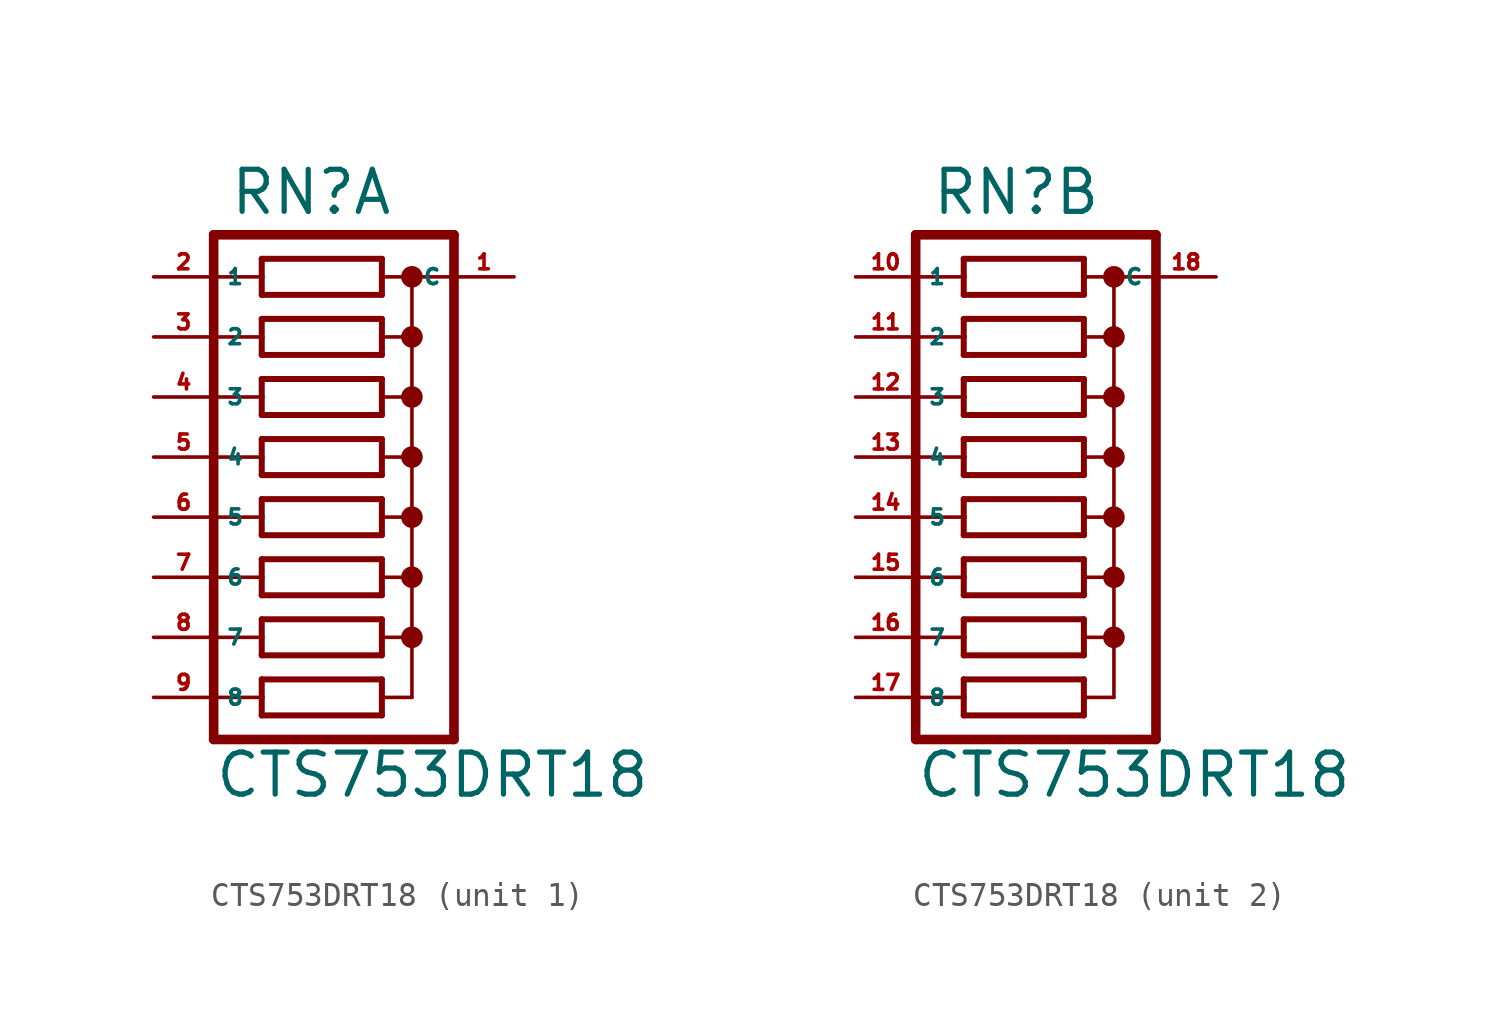
<source format=kicad_sym>
(kicad_symbol_lib
  (version 20220914)
  (generator Eagle2Kicad)
  (symbol "CTS753DRT18"
    (property "Reference" "RN"
      (at -4.445 12.7 0)
      (effects (font (size 1.778 1.778) (thickness 0.22)) (justify left bottom)))
    (property "Value" "CTS753DRT18"
      (at -5.08 -11.938 0)
      (effects (font (size 1.778 1.778) (thickness 0.22)) (justify left bottom)))
    (symbol "CTS753DRT18_1_0"
      (polyline (pts (xy -3.048 9.398) (xy 2.032 9.398)) (stroke (width 0.254) (type default)) (fill (type none)))
      (polyline (pts (xy 2.032 10.922) (xy -3.048 10.922)) (stroke (width 0.254) (type default)) (fill (type none)))
      (polyline (pts (xy 2.032 9.398) (xy 2.032 10.16)) (stroke (width 0.254) (type default)) (fill (type none)))
      (polyline (pts (xy -3.048 10.922) (xy -3.048 10.16)) (stroke (width 0.254) (type default)) (fill (type none)))
      (polyline (pts (xy -3.048 10.16) (xy -5.08 10.16)) (stroke (width 0.152) (type default)) (fill (type none)))
      (polyline (pts (xy -3.048 10.16) (xy -3.048 9.398)) (stroke (width 0.254) (type default)) (fill (type none)))
      (polyline (pts (xy 3.302 10.16) (xy 2.032 10.16)) (stroke (width 0.152) (type default)) (fill (type none)))
      (polyline (pts (xy 2.032 10.16) (xy 2.032 10.922)) (stroke (width 0.254) (type default)) (fill (type none)))
      (polyline (pts (xy 3.302 10.16) (xy 3.302 7.62)) (stroke (width 0.152) (type default)) (fill (type none)))
      (polyline (pts (xy 3.302 7.62) (xy 2.032 7.62)) (stroke (width 0.152) (type default)) (fill (type none)))
      (polyline (pts (xy 3.302 7.62) (xy 3.302 5.08)) (stroke (width 0.152) (type default)) (fill (type none)))
      (polyline (pts (xy 3.302 5.08) (xy 2.032 5.08)) (stroke (width 0.152) (type default)) (fill (type none)))
      (polyline (pts (xy 3.302 5.08) (xy 3.302 2.54)) (stroke (width 0.152) (type default)) (fill (type none)))
      (polyline (pts (xy 3.302 2.54) (xy 2.032 2.54)) (stroke (width 0.152) (type default)) (fill (type none)))
      (polyline (pts (xy 3.302 2.54) (xy 3.302 0)) (stroke (width 0.152) (type default)) (fill (type none)))
      (polyline (pts (xy 3.302 0) (xy 2.032 0)) (stroke (width 0.152) (type default)) (fill (type none)))
      (polyline (pts (xy -5.08 0) (xy -3.048 0)) (stroke (width 0.152) (type default)) (fill (type none)))
      (polyline (pts (xy -5.08 2.54) (xy -3.048 2.54)) (stroke (width 0.152) (type default)) (fill (type none)))
      (polyline (pts (xy -5.08 5.08) (xy -3.048 5.08)) (stroke (width 0.152) (type default)) (fill (type none)))
      (polyline (pts (xy -5.08 7.62) (xy -3.048 7.62)) (stroke (width 0.152) (type default)) (fill (type none)))
      (polyline (pts (xy -3.048 7.62) (xy -3.048 6.858)) (stroke (width 0.254) (type default)) (fill (type none)))
      (polyline (pts (xy -3.048 8.382) (xy -3.048 7.62)) (stroke (width 0.254) (type default)) (fill (type none)))
      (polyline (pts (xy 2.032 6.858) (xy 2.032 7.62)) (stroke (width 0.254) (type default)) (fill (type none)))
      (polyline (pts (xy 2.032 7.62) (xy 2.032 8.382)) (stroke (width 0.254) (type default)) (fill (type none)))
      (polyline (pts (xy -3.048 6.858) (xy 2.032 6.858)) (stroke (width 0.254) (type default)) (fill (type none)))
      (polyline (pts (xy 2.032 8.382) (xy -3.048 8.382)) (stroke (width 0.254) (type default)) (fill (type none)))
      (polyline (pts (xy -3.048 4.318) (xy 2.032 4.318)) (stroke (width 0.254) (type default)) (fill (type none)))
      (polyline (pts (xy -3.048 1.778) (xy 2.032 1.778)) (stroke (width 0.254) (type default)) (fill (type none)))
      (polyline (pts (xy -3.048 -0.762) (xy 2.032 -0.762)) (stroke (width 0.254) (type default)) (fill (type none)))
      (polyline (pts (xy 2.032 5.842) (xy -3.048 5.842)) (stroke (width 0.254) (type default)) (fill (type none)))
      (polyline (pts (xy 2.032 3.302) (xy -3.048 3.302)) (stroke (width 0.254) (type default)) (fill (type none)))
      (polyline (pts (xy 2.032 0.762) (xy -3.048 0.762)) (stroke (width 0.254) (type default)) (fill (type none)))
      (polyline (pts (xy 2.032 4.318) (xy 2.032 5.08)) (stroke (width 0.254) (type default)) (fill (type none)))
      (polyline (pts (xy 2.032 1.778) (xy 2.032 2.54)) (stroke (width 0.254) (type default)) (fill (type none)))
      (polyline (pts (xy 2.032 -0.762) (xy 2.032 0)) (stroke (width 0.254) (type default)) (fill (type none)))
      (polyline (pts (xy 2.032 5.08) (xy 2.032 5.842)) (stroke (width 0.254) (type default)) (fill (type none)))
      (polyline (pts (xy 2.032 2.54) (xy 2.032 3.302)) (stroke (width 0.254) (type default)) (fill (type none)))
      (polyline (pts (xy 2.032 0) (xy 2.032 0.762)) (stroke (width 0.254) (type default)) (fill (type none)))
      (polyline (pts (xy -3.048 5.08) (xy -3.048 4.318)) (stroke (width 0.254) (type default)) (fill (type none)))
      (polyline (pts (xy -3.048 2.54) (xy -3.048 1.778)) (stroke (width 0.254) (type default)) (fill (type none)))
      (polyline (pts (xy -3.048 0) (xy -3.048 -0.762)) (stroke (width 0.254) (type default)) (fill (type none)))
      (polyline (pts (xy -3.048 5.842) (xy -3.048 5.08)) (stroke (width 0.254) (type default)) (fill (type none)))
      (polyline (pts (xy -3.048 3.302) (xy -3.048 2.54)) (stroke (width 0.254) (type default)) (fill (type none)))
      (polyline (pts (xy -3.048 0.762) (xy -3.048 0)) (stroke (width 0.254) (type default)) (fill (type none)))
      (polyline (pts (xy 5.08 11.938) (xy -5.08 11.938)) (stroke (width 0.406) (type default)) (fill (type none)))
      (polyline (pts (xy -3.048 -3.302) (xy 2.032 -3.302)) (stroke (width 0.254) (type default)) (fill (type none)))
      (polyline (pts (xy 2.032 -1.778) (xy -3.048 -1.778)) (stroke (width 0.254) (type default)) (fill (type none)))
      (polyline (pts (xy 2.032 -3.302) (xy 2.032 -2.54)) (stroke (width 0.254) (type default)) (fill (type none)))
      (polyline (pts (xy -3.048 -1.778) (xy -3.048 -2.54)) (stroke (width 0.254) (type default)) (fill (type none)))
      (polyline (pts (xy -3.048 -2.54) (xy -5.08 -2.54)) (stroke (width 0.152) (type default)) (fill (type none)))
      (polyline (pts (xy -3.048 -2.54) (xy -3.048 -3.302)) (stroke (width 0.254) (type default)) (fill (type none)))
      (polyline (pts (xy 3.302 -2.54) (xy 2.032 -2.54)) (stroke (width 0.152) (type default)) (fill (type none)))
      (polyline (pts (xy 2.032 -2.54) (xy 2.032 -1.778)) (stroke (width 0.254) (type default)) (fill (type none)))
      (polyline (pts (xy 3.302 -2.54) (xy 3.302 -5.08)) (stroke (width 0.152) (type default)) (fill (type none)))
      (polyline (pts (xy 3.302 -5.08) (xy 2.032 -5.08)) (stroke (width 0.152) (type default)) (fill (type none)))
      (polyline (pts (xy 3.302 -5.08) (xy 3.302 -7.62)) (stroke (width 0.152) (type default)) (fill (type none)))
      (polyline (pts (xy 3.302 -7.62) (xy 2.032 -7.62)) (stroke (width 0.152) (type default)) (fill (type none)))
      (polyline (pts (xy -5.08 -7.62) (xy -3.048 -7.62)) (stroke (width 0.152) (type default)) (fill (type none)))
      (polyline (pts (xy -5.08 -5.08) (xy -3.048 -5.08)) (stroke (width 0.152) (type default)) (fill (type none)))
      (polyline (pts (xy -3.048 -5.08) (xy -3.048 -5.842)) (stroke (width 0.254) (type default)) (fill (type none)))
      (polyline (pts (xy -3.048 -4.318) (xy -3.048 -5.08)) (stroke (width 0.254) (type default)) (fill (type none)))
      (polyline (pts (xy 2.032 -5.842) (xy 2.032 -5.08)) (stroke (width 0.254) (type default)) (fill (type none)))
      (polyline (pts (xy 2.032 -5.08) (xy 2.032 -4.318)) (stroke (width 0.254) (type default)) (fill (type none)))
      (polyline (pts (xy -3.048 -5.842) (xy 2.032 -5.842)) (stroke (width 0.254) (type default)) (fill (type none)))
      (polyline (pts (xy 2.032 -4.318) (xy -3.048 -4.318)) (stroke (width 0.254) (type default)) (fill (type none)))
      (polyline (pts (xy -3.048 -8.382) (xy 2.032 -8.382)) (stroke (width 0.254) (type default)) (fill (type none)))
      (polyline (pts (xy 2.032 -6.858) (xy -3.048 -6.858)) (stroke (width 0.254) (type default)) (fill (type none)))
      (polyline (pts (xy 2.032 -8.382) (xy 2.032 -7.62)) (stroke (width 0.254) (type default)) (fill (type none)))
      (polyline (pts (xy 2.032 -7.62) (xy 2.032 -6.858)) (stroke (width 0.254) (type default)) (fill (type none)))
      (polyline (pts (xy -3.048 -7.62) (xy -3.048 -8.382)) (stroke (width 0.254) (type default)) (fill (type none)))
      (polyline (pts (xy -3.048 -6.858) (xy -3.048 -7.62)) (stroke (width 0.254) (type default)) (fill (type none)))
      (polyline (pts (xy 5.08 -9.398) (xy -5.08 -9.398)) (stroke (width 0.406) (type default)) (fill (type none)))
      (polyline (pts (xy -5.08 11.938) (xy -5.08 -9.398)) (stroke (width 0.406) (type default)) (fill (type none)))
      (polyline (pts (xy 3.302 0) (xy 3.302 -2.54)) (stroke (width 0.152) (type default)) (fill (type none)))
      (polyline (pts (xy 3.302 10.16) (xy 5.08 10.16)) (stroke (width 0.152) (type default)) (fill (type none)))
      (polyline (pts (xy 5.08 11.938) (xy 5.08 -9.398)) (stroke (width 0.406) (type default)) (fill (type none)))
      (circle (center 3.302 10.16) (radius 0.254) (stroke (width 0.406) (type default)) (fill (type none)))
      (circle (center 3.302 7.62) (radius 0.254) (stroke (width 0.406) (type default)) (fill (type none)))
      (circle (center 3.302 5.08) (radius 0.254) (stroke (width 0.406) (type default)) (fill (type none)))
      (circle (center 3.302 2.54) (radius 0.254) (stroke (width 0.406) (type default)) (fill (type none)))
      (circle (center 3.302 0) (radius 0.254) (stroke (width 0.406) (type default)) (fill (type none)))
      (circle (center 3.302 -2.54) (radius 0.254) (stroke (width 0.406) (type default)) (fill (type none)))
      (circle (center 3.302 -5.08) (radius 0.254) (stroke (width 0.406) (type default)) (fill (type none)))
      (pin passive line (at -7.62 7.62 0) (length 2.54) (name "2" (effects (font (size 0.635 0.635) (thickness 0.08)) (justify left bottom))) (number "3" (effects (font (size 0.635 0.635) (thickness 0.08)) (justify left bottom))))
      (pin passive line (at -7.62 5.08 0) (length 2.54) (name "3" (effects (font (size 0.635 0.635) (thickness 0.08)) (justify left bottom))) (number "4" (effects (font (size 0.635 0.635) (thickness 0.08)) (justify left bottom))))
      (pin passive line (at -7.62 2.54 0) (length 2.54) (name "4" (effects (font (size 0.635 0.635) (thickness 0.08)) (justify left bottom))) (number "5" (effects (font (size 0.635 0.635) (thickness 0.08)) (justify left bottom))))
      (pin passive line (at -7.62 0 0) (length 2.54) (name "5" (effects (font (size 0.635 0.635) (thickness 0.08)) (justify left bottom))) (number "6" (effects (font (size 0.635 0.635) (thickness 0.08)) (justify left bottom))))
      (pin passive line (at -7.62 -2.54 0) (length 2.54) (name "6" (effects (font (size 0.635 0.635) (thickness 0.08)) (justify left bottom))) (number "7" (effects (font (size 0.635 0.635) (thickness 0.08)) (justify left bottom))))
      (pin passive line (at -7.62 -5.08 0) (length 2.54) (name "7" (effects (font (size 0.635 0.635) (thickness 0.08)) (justify left bottom))) (number "8" (effects (font (size 0.635 0.635) (thickness 0.08)) (justify left bottom))))
      (pin passive line (at -7.62 -7.62 0) (length 2.54) (name "8" (effects (font (size 0.635 0.635) (thickness 0.08)) (justify left bottom))) (number "9" (effects (font (size 0.635 0.635) (thickness 0.08)) (justify left bottom))))
      (pin passive line (at -7.62 10.16 0) (length 2.54) (name "1" (effects (font (size 0.635 0.635) (thickness 0.08)) (justify left bottom))) (number "2" (effects (font (size 0.635 0.635) (thickness 0.08)) (justify left bottom))))
      (pin passive line (at 7.62 10.16 180) (length 2.54) (name "C" (effects (font (size 0.635 0.635) (thickness 0.08)) (justify left bottom))) (number "1" (effects (font (size 0.635 0.635) (thickness 0.08)) (justify left bottom)))))
    (symbol "CTS753DRT18_2_0"
      (polyline (pts (xy -3.048 9.398) (xy 2.032 9.398)) (stroke (width 0.254) (type default)) (fill (type none)))
      (polyline (pts (xy 2.032 10.922) (xy -3.048 10.922)) (stroke (width 0.254) (type default)) (fill (type none)))
      (polyline (pts (xy 2.032 9.398) (xy 2.032 10.16)) (stroke (width 0.254) (type default)) (fill (type none)))
      (polyline (pts (xy -3.048 10.922) (xy -3.048 10.16)) (stroke (width 0.254) (type default)) (fill (type none)))
      (polyline (pts (xy -3.048 10.16) (xy -5.08 10.16)) (stroke (width 0.152) (type default)) (fill (type none)))
      (polyline (pts (xy -3.048 10.16) (xy -3.048 9.398)) (stroke (width 0.254) (type default)) (fill (type none)))
      (polyline (pts (xy 3.302 10.16) (xy 2.032 10.16)) (stroke (width 0.152) (type default)) (fill (type none)))
      (polyline (pts (xy 2.032 10.16) (xy 2.032 10.922)) (stroke (width 0.254) (type default)) (fill (type none)))
      (polyline (pts (xy 3.302 10.16) (xy 3.302 7.62)) (stroke (width 0.152) (type default)) (fill (type none)))
      (polyline (pts (xy 3.302 7.62) (xy 2.032 7.62)) (stroke (width 0.152) (type default)) (fill (type none)))
      (polyline (pts (xy 3.302 7.62) (xy 3.302 5.08)) (stroke (width 0.152) (type default)) (fill (type none)))
      (polyline (pts (xy 3.302 5.08) (xy 2.032 5.08)) (stroke (width 0.152) (type default)) (fill (type none)))
      (polyline (pts (xy 3.302 5.08) (xy 3.302 2.54)) (stroke (width 0.152) (type default)) (fill (type none)))
      (polyline (pts (xy 3.302 2.54) (xy 2.032 2.54)) (stroke (width 0.152) (type default)) (fill (type none)))
      (polyline (pts (xy 3.302 2.54) (xy 3.302 0)) (stroke (width 0.152) (type default)) (fill (type none)))
      (polyline (pts (xy 3.302 0) (xy 2.032 0)) (stroke (width 0.152) (type default)) (fill (type none)))
      (polyline (pts (xy -5.08 0) (xy -3.048 0)) (stroke (width 0.152) (type default)) (fill (type none)))
      (polyline (pts (xy -5.08 2.54) (xy -3.048 2.54)) (stroke (width 0.152) (type default)) (fill (type none)))
      (polyline (pts (xy -5.08 5.08) (xy -3.048 5.08)) (stroke (width 0.152) (type default)) (fill (type none)))
      (polyline (pts (xy -5.08 7.62) (xy -3.048 7.62)) (stroke (width 0.152) (type default)) (fill (type none)))
      (polyline (pts (xy -3.048 7.62) (xy -3.048 6.858)) (stroke (width 0.254) (type default)) (fill (type none)))
      (polyline (pts (xy -3.048 8.382) (xy -3.048 7.62)) (stroke (width 0.254) (type default)) (fill (type none)))
      (polyline (pts (xy 2.032 6.858) (xy 2.032 7.62)) (stroke (width 0.254) (type default)) (fill (type none)))
      (polyline (pts (xy 2.032 7.62) (xy 2.032 8.382)) (stroke (width 0.254) (type default)) (fill (type none)))
      (polyline (pts (xy -3.048 6.858) (xy 2.032 6.858)) (stroke (width 0.254) (type default)) (fill (type none)))
      (polyline (pts (xy 2.032 8.382) (xy -3.048 8.382)) (stroke (width 0.254) (type default)) (fill (type none)))
      (polyline (pts (xy -3.048 4.318) (xy 2.032 4.318)) (stroke (width 0.254) (type default)) (fill (type none)))
      (polyline (pts (xy -3.048 1.778) (xy 2.032 1.778)) (stroke (width 0.254) (type default)) (fill (type none)))
      (polyline (pts (xy -3.048 -0.762) (xy 2.032 -0.762)) (stroke (width 0.254) (type default)) (fill (type none)))
      (polyline (pts (xy 2.032 5.842) (xy -3.048 5.842)) (stroke (width 0.254) (type default)) (fill (type none)))
      (polyline (pts (xy 2.032 3.302) (xy -3.048 3.302)) (stroke (width 0.254) (type default)) (fill (type none)))
      (polyline (pts (xy 2.032 0.762) (xy -3.048 0.762)) (stroke (width 0.254) (type default)) (fill (type none)))
      (polyline (pts (xy 2.032 4.318) (xy 2.032 5.08)) (stroke (width 0.254) (type default)) (fill (type none)))
      (polyline (pts (xy 2.032 1.778) (xy 2.032 2.54)) (stroke (width 0.254) (type default)) (fill (type none)))
      (polyline (pts (xy 2.032 -0.762) (xy 2.032 0)) (stroke (width 0.254) (type default)) (fill (type none)))
      (polyline (pts (xy 2.032 5.08) (xy 2.032 5.842)) (stroke (width 0.254) (type default)) (fill (type none)))
      (polyline (pts (xy 2.032 2.54) (xy 2.032 3.302)) (stroke (width 0.254) (type default)) (fill (type none)))
      (polyline (pts (xy 2.032 0) (xy 2.032 0.762)) (stroke (width 0.254) (type default)) (fill (type none)))
      (polyline (pts (xy -3.048 5.08) (xy -3.048 4.318)) (stroke (width 0.254) (type default)) (fill (type none)))
      (polyline (pts (xy -3.048 2.54) (xy -3.048 1.778)) (stroke (width 0.254) (type default)) (fill (type none)))
      (polyline (pts (xy -3.048 0) (xy -3.048 -0.762)) (stroke (width 0.254) (type default)) (fill (type none)))
      (polyline (pts (xy -3.048 5.842) (xy -3.048 5.08)) (stroke (width 0.254) (type default)) (fill (type none)))
      (polyline (pts (xy -3.048 3.302) (xy -3.048 2.54)) (stroke (width 0.254) (type default)) (fill (type none)))
      (polyline (pts (xy -3.048 0.762) (xy -3.048 0)) (stroke (width 0.254) (type default)) (fill (type none)))
      (polyline (pts (xy 5.08 11.938) (xy -5.08 11.938)) (stroke (width 0.406) (type default)) (fill (type none)))
      (polyline (pts (xy -3.048 -3.302) (xy 2.032 -3.302)) (stroke (width 0.254) (type default)) (fill (type none)))
      (polyline (pts (xy 2.032 -1.778) (xy -3.048 -1.778)) (stroke (width 0.254) (type default)) (fill (type none)))
      (polyline (pts (xy 2.032 -3.302) (xy 2.032 -2.54)) (stroke (width 0.254) (type default)) (fill (type none)))
      (polyline (pts (xy -3.048 -1.778) (xy -3.048 -2.54)) (stroke (width 0.254) (type default)) (fill (type none)))
      (polyline (pts (xy -3.048 -2.54) (xy -5.08 -2.54)) (stroke (width 0.152) (type default)) (fill (type none)))
      (polyline (pts (xy -3.048 -2.54) (xy -3.048 -3.302)) (stroke (width 0.254) (type default)) (fill (type none)))
      (polyline (pts (xy 3.302 -2.54) (xy 2.032 -2.54)) (stroke (width 0.152) (type default)) (fill (type none)))
      (polyline (pts (xy 2.032 -2.54) (xy 2.032 -1.778)) (stroke (width 0.254) (type default)) (fill (type none)))
      (polyline (pts (xy 3.302 -2.54) (xy 3.302 -5.08)) (stroke (width 0.152) (type default)) (fill (type none)))
      (polyline (pts (xy 3.302 -5.08) (xy 2.032 -5.08)) (stroke (width 0.152) (type default)) (fill (type none)))
      (polyline (pts (xy 3.302 -5.08) (xy 3.302 -7.62)) (stroke (width 0.152) (type default)) (fill (type none)))
      (polyline (pts (xy 3.302 -7.62) (xy 2.032 -7.62)) (stroke (width 0.152) (type default)) (fill (type none)))
      (polyline (pts (xy -5.08 -7.62) (xy -3.048 -7.62)) (stroke (width 0.152) (type default)) (fill (type none)))
      (polyline (pts (xy -5.08 -5.08) (xy -3.048 -5.08)) (stroke (width 0.152) (type default)) (fill (type none)))
      (polyline (pts (xy -3.048 -5.08) (xy -3.048 -5.842)) (stroke (width 0.254) (type default)) (fill (type none)))
      (polyline (pts (xy -3.048 -4.318) (xy -3.048 -5.08)) (stroke (width 0.254) (type default)) (fill (type none)))
      (polyline (pts (xy 2.032 -5.842) (xy 2.032 -5.08)) (stroke (width 0.254) (type default)) (fill (type none)))
      (polyline (pts (xy 2.032 -5.08) (xy 2.032 -4.318)) (stroke (width 0.254) (type default)) (fill (type none)))
      (polyline (pts (xy -3.048 -5.842) (xy 2.032 -5.842)) (stroke (width 0.254) (type default)) (fill (type none)))
      (polyline (pts (xy 2.032 -4.318) (xy -3.048 -4.318)) (stroke (width 0.254) (type default)) (fill (type none)))
      (polyline (pts (xy -3.048 -8.382) (xy 2.032 -8.382)) (stroke (width 0.254) (type default)) (fill (type none)))
      (polyline (pts (xy 2.032 -6.858) (xy -3.048 -6.858)) (stroke (width 0.254) (type default)) (fill (type none)))
      (polyline (pts (xy 2.032 -8.382) (xy 2.032 -7.62)) (stroke (width 0.254) (type default)) (fill (type none)))
      (polyline (pts (xy 2.032 -7.62) (xy 2.032 -6.858)) (stroke (width 0.254) (type default)) (fill (type none)))
      (polyline (pts (xy -3.048 -7.62) (xy -3.048 -8.382)) (stroke (width 0.254) (type default)) (fill (type none)))
      (polyline (pts (xy -3.048 -6.858) (xy -3.048 -7.62)) (stroke (width 0.254) (type default)) (fill (type none)))
      (polyline (pts (xy 5.08 -9.398) (xy -5.08 -9.398)) (stroke (width 0.406) (type default)) (fill (type none)))
      (polyline (pts (xy -5.08 11.938) (xy -5.08 -9.398)) (stroke (width 0.406) (type default)) (fill (type none)))
      (polyline (pts (xy 3.302 0) (xy 3.302 -2.54)) (stroke (width 0.152) (type default)) (fill (type none)))
      (polyline (pts (xy 3.302 10.16) (xy 5.08 10.16)) (stroke (width 0.152) (type default)) (fill (type none)))
      (polyline (pts (xy 5.08 11.938) (xy 5.08 -9.398)) (stroke (width 0.406) (type default)) (fill (type none)))
      (circle (center 3.302 10.16) (radius 0.254) (stroke (width 0.406) (type default)) (fill (type none)))
      (circle (center 3.302 7.62) (radius 0.254) (stroke (width 0.406) (type default)) (fill (type none)))
      (circle (center 3.302 5.08) (radius 0.254) (stroke (width 0.406) (type default)) (fill (type none)))
      (circle (center 3.302 2.54) (radius 0.254) (stroke (width 0.406) (type default)) (fill (type none)))
      (circle (center 3.302 0) (radius 0.254) (stroke (width 0.406) (type default)) (fill (type none)))
      (circle (center 3.302 -2.54) (radius 0.254) (stroke (width 0.406) (type default)) (fill (type none)))
      (circle (center 3.302 -5.08) (radius 0.254) (stroke (width 0.406) (type default)) (fill (type none)))
      (pin passive line (at -7.62 7.62 0) (length 2.54) (name "2" (effects (font (size 0.635 0.635) (thickness 0.08)) (justify left bottom))) (number "11" (effects (font (size 0.635 0.635) (thickness 0.08)) (justify left bottom))))
      (pin passive line (at -7.62 5.08 0) (length 2.54) (name "3" (effects (font (size 0.635 0.635) (thickness 0.08)) (justify left bottom))) (number "12" (effects (font (size 0.635 0.635) (thickness 0.08)) (justify left bottom))))
      (pin passive line (at -7.62 2.54 0) (length 2.54) (name "4" (effects (font (size 0.635 0.635) (thickness 0.08)) (justify left bottom))) (number "13" (effects (font (size 0.635 0.635) (thickness 0.08)) (justify left bottom))))
      (pin passive line (at -7.62 0 0) (length 2.54) (name "5" (effects (font (size 0.635 0.635) (thickness 0.08)) (justify left bottom))) (number "14" (effects (font (size 0.635 0.635) (thickness 0.08)) (justify left bottom))))
      (pin passive line (at -7.62 -2.54 0) (length 2.54) (name "6" (effects (font (size 0.635 0.635) (thickness 0.08)) (justify left bottom))) (number "15" (effects (font (size 0.635 0.635) (thickness 0.08)) (justify left bottom))))
      (pin passive line (at -7.62 -5.08 0) (length 2.54) (name "7" (effects (font (size 0.635 0.635) (thickness 0.08)) (justify left bottom))) (number "16" (effects (font (size 0.635 0.635) (thickness 0.08)) (justify left bottom))))
      (pin passive line (at -7.62 -7.62 0) (length 2.54) (name "8" (effects (font (size 0.635 0.635) (thickness 0.08)) (justify left bottom))) (number "17" (effects (font (size 0.635 0.635) (thickness 0.08)) (justify left bottom))))
      (pin passive line (at -7.62 10.16 0) (length 2.54) (name "1" (effects (font (size 0.635 0.635) (thickness 0.08)) (justify left bottom))) (number "10" (effects (font (size 0.635 0.635) (thickness 0.08)) (justify left bottom))))
      (pin passive line (at 7.62 10.16 180) (length 2.54) (name "C" (effects (font (size 0.635 0.635) (thickness 0.08)) (justify left bottom))) (number "18" (effects (font (size 0.635 0.635) (thickness 0.08)) (justify left bottom)))))))
</source>
